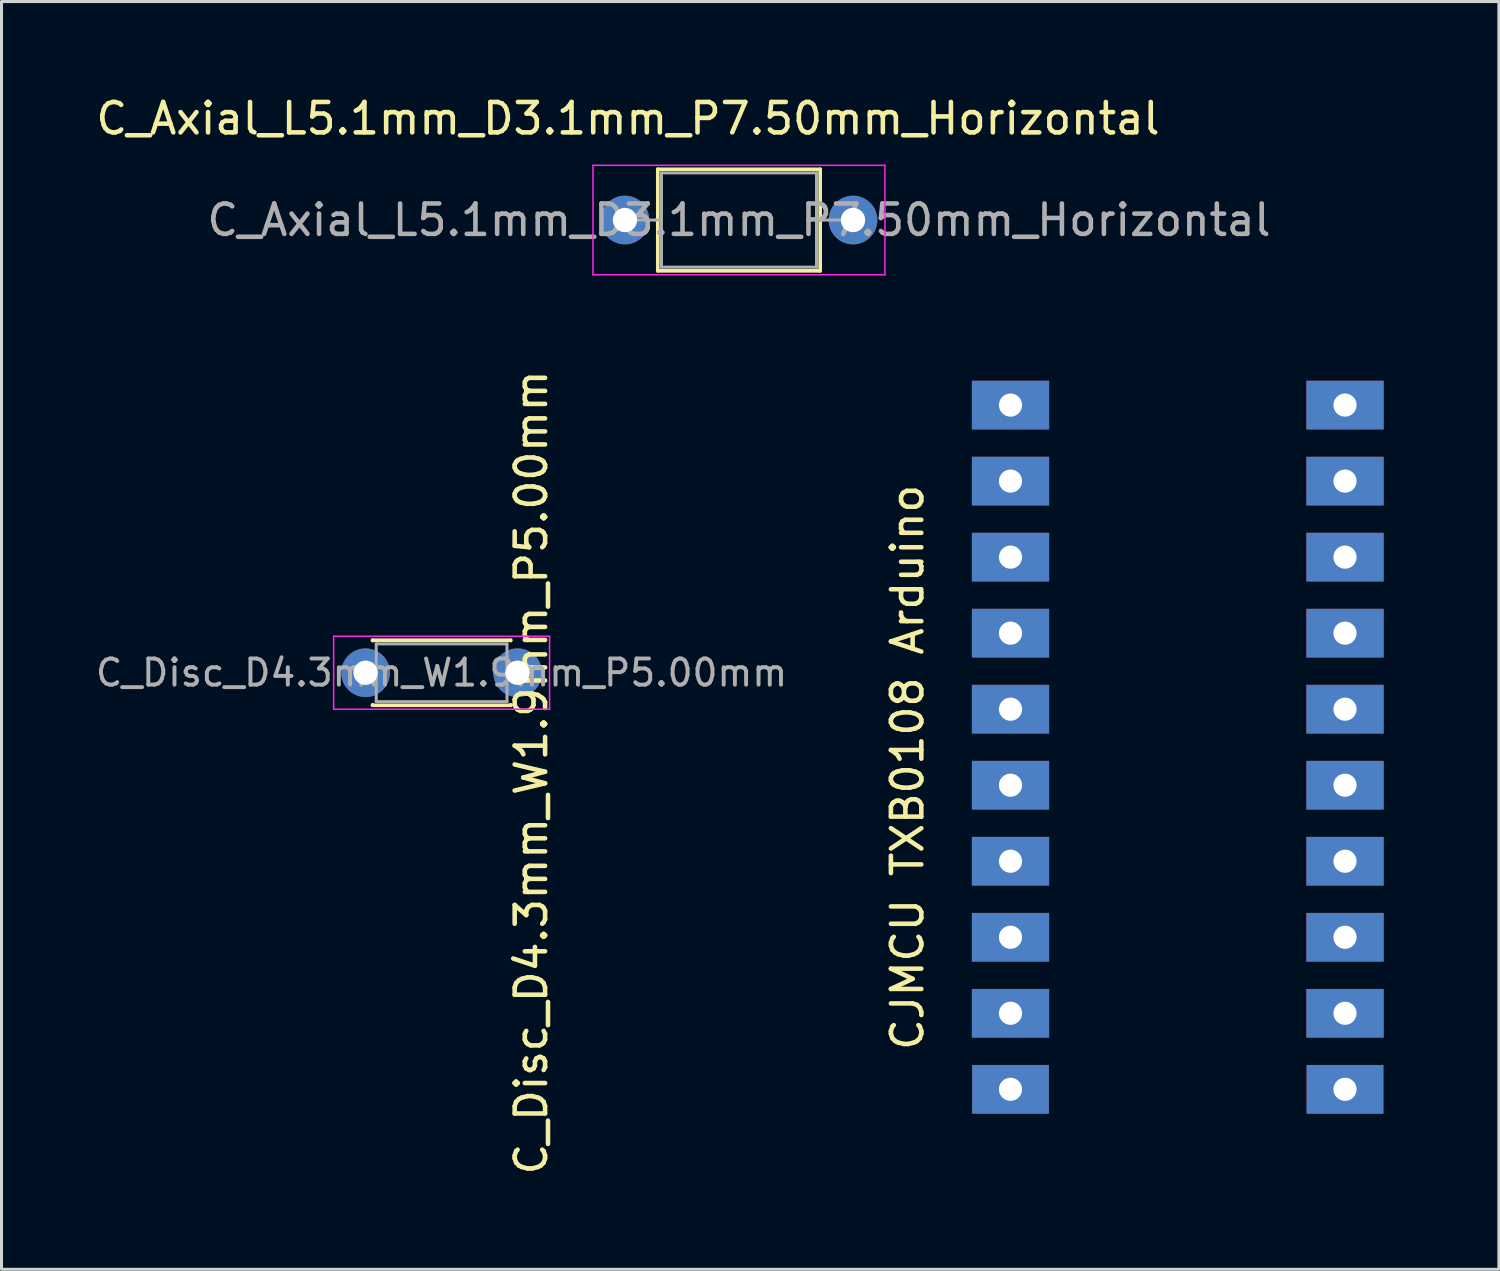
<source format=kicad_pcb>
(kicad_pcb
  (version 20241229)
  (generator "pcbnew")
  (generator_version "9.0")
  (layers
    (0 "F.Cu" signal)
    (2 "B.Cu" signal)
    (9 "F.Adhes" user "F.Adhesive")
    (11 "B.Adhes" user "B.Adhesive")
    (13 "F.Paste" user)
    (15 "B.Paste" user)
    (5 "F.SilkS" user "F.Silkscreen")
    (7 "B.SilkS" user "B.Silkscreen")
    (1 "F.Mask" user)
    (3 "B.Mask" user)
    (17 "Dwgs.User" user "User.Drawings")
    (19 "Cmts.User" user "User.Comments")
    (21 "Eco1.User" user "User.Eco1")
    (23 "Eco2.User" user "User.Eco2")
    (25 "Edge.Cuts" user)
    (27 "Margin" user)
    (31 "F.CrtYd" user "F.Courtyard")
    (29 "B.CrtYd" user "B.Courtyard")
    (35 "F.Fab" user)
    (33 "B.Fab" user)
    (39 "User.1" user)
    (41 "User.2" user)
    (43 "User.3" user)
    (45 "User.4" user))
  (footprint "C_Axial_L5.1mm_D3.1mm_P7.50mm_Horizontal"
    (layer "F.Cu")
    (at 17.501 4.186)
    (property "Reference" "C_Axial_L5.1mm_D3.1mm_P7.50mm_Horizontal" (at 0.1 -3.338 180) (layer "F.SilkS") (effects (font (size 1 1) (thickness 0.15))))
    (attr through_hole)
    (fp_line (start 1.04 0) (end 1.08 0) (stroke (width 0.12) (type solid)) (layer "F.SilkS"))
    (fp_line (start 1.08 -1.67) (end 1.08 1.67) (stroke (width 0.12) (type solid)) (layer "F.SilkS"))
    (fp_line (start 1.08 1.67) (end 6.42 1.67) (stroke (width 0.12) (type solid)) (layer "F.SilkS"))
    (fp_line (start 6.42 -1.67) (end 1.08 -1.67) (stroke (width 0.12) (type solid)) (layer "F.SilkS"))
    (fp_line (start 6.42 1.67) (end 6.42 -1.67) (stroke (width 0.12) (type solid)) (layer "F.SilkS"))
    (fp_line (start 6.46 0) (end 6.42 0) (stroke (width 0.12) (type solid)) (layer "F.SilkS"))
    (fp_line (start -1.05 -1.8) (end -1.05 1.8) (stroke (width 0.05) (type solid)) (layer "F.CrtYd"))
    (fp_line (start -1.05 1.8) (end 8.55 1.8) (stroke (width 0.05) (type solid)) (layer "F.CrtYd"))
    (fp_line (start 8.55 -1.8) (end -1.05 -1.8) (stroke (width 0.05) (type solid)) (layer "F.CrtYd"))
    (fp_line (start 8.55 1.8) (end 8.55 -1.8) (stroke (width 0.05) (type solid)) (layer "F.CrtYd"))
    (fp_line (start 0 0) (end 1.2 0) (stroke (width 0.1) (type solid)) (layer "F.Fab"))
    (fp_line (start 1.2 -1.55) (end 1.2 1.55) (stroke (width 0.1) (type solid)) (layer "F.Fab"))
    (fp_line (start 1.2 1.55) (end 6.3 1.55) (stroke (width 0.1) (type solid)) (layer "F.Fab"))
    (fp_line (start 6.3 -1.55) (end 1.2 -1.55) (stroke (width 0.1) (type solid)) (layer "F.Fab"))
    (fp_line (start 6.3 1.55) (end 6.3 -1.55) (stroke (width 0.1) (type solid)) (layer "F.Fab"))
    (fp_line (start 7.5 0) (end 6.3 0) (stroke (width 0.1) (type solid)) (layer "F.Fab"))
    (fp_text user "${REFERENCE}" (at 3.75 0 180) (layer "F.Fab") (effects (font (size 1 1) (thickness 0.15))))
    (pad "1" thru_hole circle (at 0 0) (size 1.6 1.6) (drill 0.8) (layers "*.Cu" "*.Mask"))
    (pad "2" thru_hole oval (at 7.5 0) (size 1.6 1.6) (drill 0.8) (layers "*.Cu" "*.Mask")))
  (footprint "CJMCU TXB0108 Arduino"
    (layer "F.Cu")
    (at 28.18 34.071)
    (property "Reference" "CJMCU TXB0108 Arduino" (at -1.388 -11.886 90) (layer "F.SilkS") (effects (font (size 1 1) (thickness 0.15))))
    (attr through_hole)
    (fp_line (start 0 -25) (end 15 -25) (stroke (width 0.12) (type solid)) (layer "Eco2.User"))
    (fp_line (start 0 0) (end 0 -25) (stroke (width 0.12) (type solid)) (layer "Eco2.User"))
    (fp_line (start 15 -25) (end 15 0) (stroke (width 0.12) (type solid)) (layer "Eco2.User"))
    (fp_line (start 15 0) (end 0 0) (stroke (width 0.12) (type solid)) (layer "Eco2.User"))
    (pad "1" thru_hole rect (at 2 -23.8) (size 2.54 1.6) (drill 0.762) (layers "*.Cu" "*.Mask"))
    (pad "2" thru_hole rect (at 2 -21.3) (size 2.54 1.6) (drill 0.762) (layers "*.Cu" "*.Mask"))
    (pad "3" thru_hole rect (at 2 -18.8) (size 2.54 1.6) (drill 0.762) (layers "*.Cu" "*.Mask"))
    (pad "4" thru_hole rect (at 2 -16.3) (size 2.54 1.6) (drill 0.762) (layers "*.Cu" "*.Mask"))
    (pad "5" thru_hole rect (at 2 -13.8) (size 2.54 1.6) (drill 0.762) (layers "*.Cu" "*.Mask"))
    (pad "6" thru_hole rect (at 2 -11.3) (size 2.54 1.6) (drill 0.762) (layers "*.Cu" "*.Mask"))
    (pad "7" thru_hole rect (at 2 -8.8) (size 2.54 1.6) (drill 0.762) (layers "*.Cu" "*.Mask"))
    (pad "8" thru_hole rect (at 2 -6.3) (size 2.54 1.6) (drill 0.762) (layers "*.Cu" "*.Mask"))
    (pad "9" thru_hole rect (at 2 -3.8) (size 2.54 1.6) (drill 0.762) (layers "*.Cu" "*.Mask"))
    (pad "10" thru_hole rect (at 2 -1.3) (size 2.524 1.6) (drill 0.762) (layers "*.Cu" "*.Mask"))
    (pad "11" thru_hole rect (at 13 -1.3) (size 2.524 1.6) (drill 0.762) (layers "*.Cu" "*.Mask"))
    (pad "12" thru_hole rect (at 13 -3.8) (size 2.54 1.6) (drill 0.762) (layers "*.Cu" "*.Mask"))
    (pad "13" thru_hole rect (at 13 -6.3) (size 2.54 1.6) (drill 0.762) (layers "*.Cu" "*.Mask"))
    (pad "14" thru_hole rect (at 13 -8.8) (size 2.54 1.6) (drill 0.762) (layers "*.Cu" "*.Mask"))
    (pad "15" thru_hole rect (at 13 -11.3) (size 2.54 1.6) (drill 0.762) (layers "*.Cu" "*.Mask"))
    (pad "16" thru_hole rect (at 13 -13.8) (size 2.54 1.6) (drill 0.762) (layers "*.Cu" "*.Mask"))
    (pad "17" thru_hole rect (at 13 -16.3) (size 2.54 1.6) (drill 0.762) (layers "*.Cu" "*.Mask"))
    (pad "18" thru_hole rect (at 13 -18.8) (size 2.54 1.6) (drill 0.762) (layers "*.Cu" "*.Mask"))
    (pad "19" thru_hole rect (at 13 -21.3) (size 2.54 1.6) (drill 0.762) (layers "*.Cu" "*.Mask"))
    (pad "20" thru_hole rect (at 13 -23.8) (size 2.54 1.6) (drill 0.762) (layers "*.Cu" "*.Mask")))
  (footprint "C_Disc_D4.3mm_W1.9mm_P5.00mm"
    (layer "F.Cu")
    (at 8.972 19.073)
    (property "Reference" "C_Disc_D4.3mm_W1.9mm_P5.00mm" (at 5.448 3.278 90) (layer "F.SilkS") (effects (font (size 1 1) (thickness 0.15))))
    (attr through_hole)
    (fp_line (start 0.23 -1.07) (end 0.23 -1.055) (stroke (width 0.12) (type solid)) (layer "F.SilkS"))
    (fp_line (start 0.23 -1.07) (end 4.77 -1.07) (stroke (width 0.12) (type solid)) (layer "F.SilkS"))
    (fp_line (start 0.23 1.055) (end 0.23 1.07) (stroke (width 0.12) (type solid)) (layer "F.SilkS"))
    (fp_line (start 0.23 1.07) (end 4.77 1.07) (stroke (width 0.12) (type solid)) (layer "F.SilkS"))
    (fp_line (start 4.77 -1.07) (end 4.77 -1.055) (stroke (width 0.12) (type solid)) (layer "F.SilkS"))
    (fp_line (start 4.77 1.055) (end 4.77 1.07) (stroke (width 0.12) (type solid)) (layer "F.SilkS"))
    (fp_line (start -1.05 -1.2) (end -1.05 1.2) (stroke (width 0.05) (type solid)) (layer "F.CrtYd"))
    (fp_line (start -1.05 1.2) (end 6.05 1.2) (stroke (width 0.05) (type solid)) (layer "F.CrtYd"))
    (fp_line (start 6.05 -1.2) (end -1.05 -1.2) (stroke (width 0.05) (type solid)) (layer "F.CrtYd"))
    (fp_line (start 6.05 1.2) (end 6.05 -1.2) (stroke (width 0.05) (type solid)) (layer "F.CrtYd"))
    (fp_line (start 0.35 -0.95) (end 0.35 0.95) (stroke (width 0.1) (type solid)) (layer "F.Fab"))
    (fp_line (start 0.35 0.95) (end 4.65 0.95) (stroke (width 0.1) (type solid)) (layer "F.Fab"))
    (fp_line (start 4.65 -0.95) (end 0.35 -0.95) (stroke (width 0.1) (type solid)) (layer "F.Fab"))
    (fp_line (start 4.65 0.95) (end 4.65 -0.95) (stroke (width 0.1) (type solid)) (layer "F.Fab"))
    (fp_text user "${REFERENCE}" (at 2.5 0 0) (layer "F.Fab") (effects (font (size 0.86 0.86) (thickness 0.129))))
    (pad "1" thru_hole circle (at 0 0) (size 1.6 1.6) (drill 0.8) (layers "*.Cu" "*.Mask"))
    (pad "2" thru_hole circle (at 5 0) (size 1.6 1.6) (drill 0.8) (layers "*.Cu" "*.Mask")))
  (gr_rect
    (start -3 -3)
    (end 46.24 38.69)
    (stroke (width 0.1) (type default))
    (fill no)
    (layer "Edge.Cuts")))
</source>
